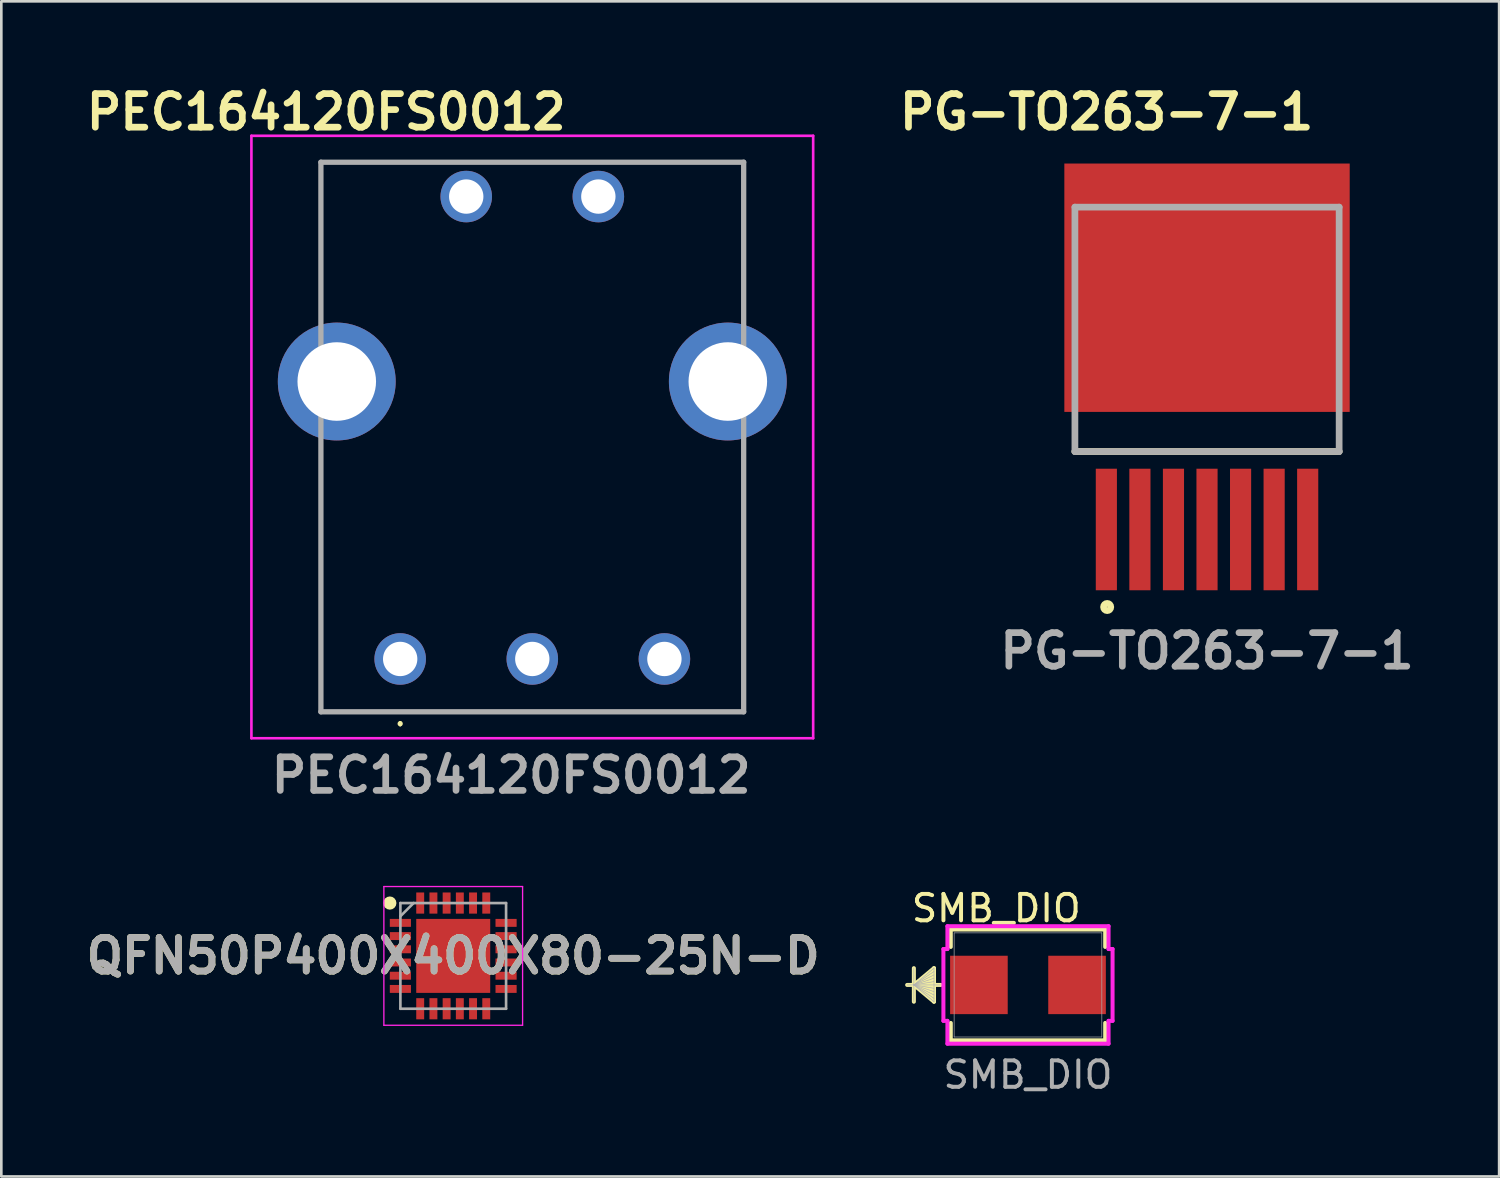
<source format=kicad_pcb>
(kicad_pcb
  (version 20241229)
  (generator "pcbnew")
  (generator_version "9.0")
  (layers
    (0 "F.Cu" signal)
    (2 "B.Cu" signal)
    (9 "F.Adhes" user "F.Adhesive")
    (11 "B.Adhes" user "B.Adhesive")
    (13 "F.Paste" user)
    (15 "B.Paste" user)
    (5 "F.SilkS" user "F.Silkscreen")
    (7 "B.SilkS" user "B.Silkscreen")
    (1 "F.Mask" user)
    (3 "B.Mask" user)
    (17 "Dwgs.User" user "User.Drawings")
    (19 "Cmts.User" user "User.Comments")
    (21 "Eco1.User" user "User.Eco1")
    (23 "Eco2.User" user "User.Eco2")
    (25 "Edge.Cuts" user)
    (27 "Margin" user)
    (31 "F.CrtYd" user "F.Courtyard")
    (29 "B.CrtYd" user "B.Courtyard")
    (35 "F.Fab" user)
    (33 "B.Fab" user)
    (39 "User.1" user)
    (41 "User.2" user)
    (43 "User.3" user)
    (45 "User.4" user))
  (footprint "QFN50P400X400X80-25N-D"
    (layer "F.Cu")
    (at 14.103 33.127)
    (property "Reference" "QFN50P400X400X80-25N-D" (at 0 0 0) (layer "F.SilkS") (effects (font (size 1.27 1.27) (thickness 0.254))))
    (attr smd)
    (fp_circle (center -2.4 -2) (end -2.4 -1.875) (stroke (width 0.25) (type solid)) (fill no) (layer "F.SilkS"))
    (fp_line (start -2.625 -2.625) (end 2.625 -2.625) (stroke (width 0.05) (type solid)) (layer "F.CrtYd"))
    (fp_line (start -2.625 2.625) (end -2.625 -2.625) (stroke (width 0.05) (type solid)) (layer "F.CrtYd"))
    (fp_line (start 2.625 -2.625) (end 2.625 2.625) (stroke (width 0.05) (type solid)) (layer "F.CrtYd"))
    (fp_line (start 2.625 2.625) (end -2.625 2.625) (stroke (width 0.05) (type solid)) (layer "F.CrtYd"))
    (fp_line (start -2 -2) (end 2 -2) (stroke (width 0.1) (type solid)) (layer "F.Fab"))
    (fp_line (start -2 -1.5) (end -1.5 -2) (stroke (width 0.1) (type solid)) (layer "F.Fab"))
    (fp_line (start -2 2) (end -2 -2) (stroke (width 0.1) (type solid)) (layer "F.Fab"))
    (fp_line (start 2 -2) (end 2 2) (stroke (width 0.1) (type solid)) (layer "F.Fab"))
    (fp_line (start 2 2) (end -2 2) (stroke (width 0.1) (type solid)) (layer "F.Fab"))
    (fp_text user "${REFERENCE}" (at 0 0 0) (layer "F.Fab") (effects (font (size 1.27 1.27) (thickness 0.254))))
    (pad "1" smd rect (at -2 -1.25 90) (size 0.3 0.8) (layers "F.Cu" "F.Mask" "F.Paste"))
    (pad "2" smd rect (at -2 -0.75 90) (size 0.3 0.8) (layers "F.Cu" "F.Mask" "F.Paste"))
    (pad "3" smd rect (at -2 -0.25 90) (size 0.3 0.8) (layers "F.Cu" "F.Mask" "F.Paste"))
    (pad "4" smd rect (at -2 0.25 90) (size 0.3 0.8) (layers "F.Cu" "F.Mask" "F.Paste"))
    (pad "5" smd rect (at -2 0.75 90) (size 0.3 0.8) (layers "F.Cu" "F.Mask" "F.Paste"))
    (pad "6" smd rect (at -2 1.25 90) (size 0.3 0.8) (layers "F.Cu" "F.Mask" "F.Paste"))
    (pad "7" smd rect (at -1.25 2) (size 0.3 0.8) (layers "F.Cu" "F.Mask" "F.Paste"))
    (pad "8" smd rect (at -0.75 2) (size 0.3 0.8) (layers "F.Cu" "F.Mask" "F.Paste"))
    (pad "9" smd rect (at -0.25 2) (size 0.3 0.8) (layers "F.Cu" "F.Mask" "F.Paste"))
    (pad "10" smd rect (at 0.25 2) (size 0.3 0.8) (layers "F.Cu" "F.Mask" "F.Paste"))
    (pad "11" smd rect (at 0.75 2) (size 0.3 0.8) (layers "F.Cu" "F.Mask" "F.Paste"))
    (pad "12" smd rect (at 1.25 2) (size 0.3 0.8) (layers "F.Cu" "F.Mask" "F.Paste"))
    (pad "13" smd rect (at 2 1.25 90) (size 0.3 0.8) (layers "F.Cu" "F.Mask" "F.Paste"))
    (pad "14" smd rect (at 2 0.75 90) (size 0.3 0.8) (layers "F.Cu" "F.Mask" "F.Paste"))
    (pad "15" smd rect (at 2 0.25 90) (size 0.3 0.8) (layers "F.Cu" "F.Mask" "F.Paste"))
    (pad "16" smd rect (at 2 -0.25 90) (size 0.3 0.8) (layers "F.Cu" "F.Mask" "F.Paste"))
    (pad "17" smd rect (at 2 -0.75 90) (size 0.3 0.8) (layers "F.Cu" "F.Mask" "F.Paste"))
    (pad "18" smd rect (at 2 -1.25 90) (size 0.3 0.8) (layers "F.Cu" "F.Mask" "F.Paste"))
    (pad "19" smd rect (at 1.25 -2) (size 0.3 0.8) (layers "F.Cu" "F.Mask" "F.Paste"))
    (pad "20" smd rect (at 0.75 -2) (size 0.3 0.8) (layers "F.Cu" "F.Mask" "F.Paste"))
    (pad "21" smd rect (at 0.25 -2) (size 0.3 0.8) (layers "F.Cu" "F.Mask" "F.Paste"))
    (pad "22" smd rect (at -0.25 -2) (size 0.3 0.8) (layers "F.Cu" "F.Mask" "F.Paste"))
    (pad "23" smd rect (at -0.75 -2) (size 0.3 0.8) (layers "F.Cu" "F.Mask" "F.Paste"))
    (pad "24" smd rect (at -1.25 -2) (size 0.3 0.8) (layers "F.Cu" "F.Mask" "F.Paste"))
    (pad "25" smd rect (at 0 0) (size 2.8 2.8) (layers "F.Cu" "F.Mask" "F.Paste")))
  (footprint "PEC164120FS0012"
    (layer "F.Cu")
    (at 12.095 21.889)
    (property "Reference" "PEC164120FS0012" (at -2.8 -20.7 0) (layer "F.SilkS") (effects (font (size 1.27 1.27) (thickness 0.254))))
    (attr through_hole)
    (fp_line (start -3 -18.8) (end -3 -13.5) (stroke (width 0.1) (type solid)) (layer "F.SilkS"))
    (fp_line (start -3 -7.5) (end -3 2) (stroke (width 0.1) (type solid)) (layer "F.SilkS"))
    (fp_line (start -3 2) (end 13 2) (stroke (width 0.1) (type solid)) (layer "F.SilkS"))
    (fp_line (start 0 2.4) (end 0 2.4) (stroke (width 0.1) (type solid)) (layer "F.SilkS"))
    (fp_line (start 0 2.5) (end 0 2.5) (stroke (width 0.1) (type solid)) (layer "F.SilkS"))
    (fp_line (start 13 -18.8) (end -3 -18.8) (stroke (width 0.1) (type solid)) (layer "F.SilkS"))
    (fp_line (start 13 -13.5) (end 13 -18.8) (stroke (width 0.1) (type solid)) (layer "F.SilkS"))
    (fp_line (start 13 2) (end 13 -7.5) (stroke (width 0.1) (type solid)) (layer "F.SilkS"))
    (fp_arc (start 0 2.4) (mid 0.05 2.45) (end 0 2.5) (stroke (width 0.1) (type solid)) (layer "F.SilkS"))
    (fp_arc (start 0 2.5) (mid -0.05 2.45) (end 0 2.4) (stroke (width 0.1) (type solid)) (layer "F.SilkS"))
    (fp_line (start -5.63 -19.8) (end 15.63 -19.8) (stroke (width 0.1) (type solid)) (layer "F.CrtYd"))
    (fp_line (start -5.63 3) (end -5.63 -19.8) (stroke (width 0.1) (type solid)) (layer "F.CrtYd"))
    (fp_line (start 15.63 -19.8) (end 15.63 3) (stroke (width 0.1) (type solid)) (layer "F.CrtYd"))
    (fp_line (start 15.63 3) (end -5.63 3) (stroke (width 0.1) (type solid)) (layer "F.CrtYd"))
    (fp_line (start -3 -18.8) (end 13 -18.8) (stroke (width 0.2) (type solid)) (layer "F.Fab"))
    (fp_line (start -3 2) (end -3 -18.8) (stroke (width 0.2) (type solid)) (layer "F.Fab"))
    (fp_line (start 13 -18.8) (end 13 2) (stroke (width 0.2) (type solid)) (layer "F.Fab"))
    (fp_line (start 13 2) (end -3 2) (stroke (width 0.2) (type solid)) (layer "F.Fab"))
    (fp_text user "${REFERENCE}" (at 4.2 4.4 0) (layer "F.Fab") (effects (font (size 1.27 1.27) (thickness 0.254))))
    (pad "A1" thru_hole circle (at 0 0) (size 1.95 1.95) (drill 1.3) (layers "*.Cu" "*.Mask"))
    (pad "B1" thru_hole circle (at 5 0) (size 1.95 1.95) (drill 1.3) (layers "*.Cu" "*.Mask"))
    (pad "C1" thru_hole circle (at 10 0) (size 1.95 1.95) (drill 1.3) (layers "*.Cu" "*.Mask"))
    (pad "D1" thru_hole circle (at 2.5 -17.5) (size 1.95 1.95) (drill 1.3) (layers "*.Cu" "*.Mask"))
    (pad "E1" thru_hole circle (at 7.5 -17.5) (size 1.95 1.95) (drill 1.3) (layers "*.Cu" "*.Mask"))
    (pad "MH1" thru_hole circle (at -2.4 -10.5) (size 4.46 4.46) (drill 2.973) (layers "*.Cu" "*.Mask"))
    (pad "MH2" thru_hole circle (at 12.4 -10.5) (size 4.46 4.46) (drill 2.973) (layers "*.Cu" "*.Mask")))
  (footprint "PG-TO263-7-1"
    (layer "F.Cu")
    (at 42.631 4.789)
    (property "Reference" "PG-TO263-7-1" (at -3.8 -3.6 0) (layer "F.SilkS") (effects (font (size 1.27 1.27) (thickness 0.254))))
    (attr smd)
    (fp_line (start -5 9.25) (end 5 9.25) (stroke (width 0.254) (type solid)) (layer "F.SilkS"))
    (fp_circle (center -3.779 15.134) (end -3.779 15.271) (stroke (width 0.254) (type solid)) (fill no) (layer "F.SilkS"))
    (fp_line (start -5 0) (end 5 0) (stroke (width 0.254) (type solid)) (layer "F.Fab"))
    (fp_line (start -5 9.25) (end -5 0) (stroke (width 0.254) (type solid)) (layer "F.Fab"))
    (fp_line (start 5 0) (end 5 9.25) (stroke (width 0.254) (type solid)) (layer "F.Fab"))
    (fp_line (start 5 9.25) (end -5 9.25) (stroke (width 0.254) (type solid)) (layer "F.Fab"))
    (fp_text user "${REFERENCE}" (at 0 16.8 0) (layer "F.Fab") (effects (font (size 1.27 1.27) (thickness 0.254))))
    (pad "1" smd rect (at -3.81 12.2) (size 0.8 4.6) (layers "F.Cu" "F.Mask" "F.Paste"))
    (pad "2" smd rect (at -2.54 12.2) (size 0.8 4.6) (layers "F.Cu" "F.Mask" "F.Paste"))
    (pad "3" smd rect (at -1.27 12.2) (size 0.8 4.6) (layers "F.Cu" "F.Mask" "F.Paste"))
    (pad "4" smd rect (at 0 12.2) (size 0.8 4.6) (layers "F.Cu" "F.Mask" "F.Paste"))
    (pad "5" smd rect (at 1.27 12.2) (size 0.8 4.6) (layers "F.Cu" "F.Mask" "F.Paste"))
    (pad "6" smd rect (at 2.54 12.2) (size 0.8 4.6) (layers "F.Cu" "F.Mask" "F.Paste"))
    (pad "7" smd rect (at 3.81 12.2) (size 0.8 4.6) (layers "F.Cu" "F.Mask" "F.Paste"))
    (pad "8" smd rect (at 0 3.05 90) (size 9.4 10.8) (layers "F.Cu" "F.Mask" "F.Paste")))
  (footprint "SMB_DIO"
    (layer "F.Cu")
    (at 35.855 34.226)
    (property "Reference" "SMB_DIO" (at -1.2 -2.9 0) (unlocked yes) (layer "F.SilkS") (effects (font (size 1 1) (thickness 0.15))))
    (attr smd)
    (fp_line (start -4.319 -0.635) (end -4.319 0.635) (stroke (width 0.152) (type solid)) (layer "F.SilkS"))
    (fp_line (start -4.319 0) (end -3.557 -0.635) (stroke (width 0.152) (type solid)) (layer "F.SilkS"))
    (fp_line (start -4.319 0) (end -3.557 -0.508) (stroke (width 0.152) (type solid)) (layer "F.SilkS"))
    (fp_line (start -4.319 0) (end -3.557 -0.381) (stroke (width 0.152) (type solid)) (layer "F.SilkS"))
    (fp_line (start -4.319 0) (end -3.557 -0.254) (stroke (width 0.152) (type solid)) (layer "F.SilkS"))
    (fp_line (start -4.319 0) (end -3.557 -0.127) (stroke (width 0.152) (type solid)) (layer "F.SilkS"))
    (fp_line (start -4.319 0) (end -3.557 0.127) (stroke (width 0.152) (type solid)) (layer "F.SilkS"))
    (fp_line (start -4.319 0) (end -3.557 0.254) (stroke (width 0.152) (type solid)) (layer "F.SilkS"))
    (fp_line (start -4.319 0) (end -3.557 0.381) (stroke (width 0.152) (type solid)) (layer "F.SilkS"))
    (fp_line (start -4.319 0) (end -3.557 0.508) (stroke (width 0.152) (type solid)) (layer "F.SilkS"))
    (fp_line (start -4.319 0) (end -3.557 0.635) (stroke (width 0.152) (type solid)) (layer "F.SilkS"))
    (fp_line (start -3.557 -0.635) (end -3.557 0.635) (stroke (width 0.152) (type solid)) (layer "F.SilkS"))
    (fp_line (start -3.303 0) (end -4.573 0) (stroke (width 0.152) (type solid)) (layer "F.SilkS"))
    (fp_line (start -2.922 -2.097) (end -2.922 -1.438) (stroke (width 0.152) (type solid)) (layer "F.SilkS"))
    (fp_line (start -2.922 1.438) (end -2.922 2.097) (stroke (width 0.152) (type solid)) (layer "F.SilkS"))
    (fp_line (start -2.922 2.097) (end 2.922 2.097) (stroke (width 0.152) (type solid)) (layer "F.SilkS"))
    (fp_line (start 2.922 -2.097) (end -2.922 -2.097) (stroke (width 0.152) (type solid)) (layer "F.SilkS"))
    (fp_line (start 2.922 -1.438) (end 2.922 -2.097) (stroke (width 0.152) (type solid)) (layer "F.SilkS"))
    (fp_line (start 2.922 2.097) (end 2.922 1.438) (stroke (width 0.152) (type solid)) (layer "F.SilkS"))
    (fp_line (start -3.201 -1.359) (end -3.049 -1.359) (stroke (width 0.152) (type solid)) (layer "F.CrtYd"))
    (fp_line (start -3.201 1.359) (end -3.201 -1.359) (stroke (width 0.152) (type solid)) (layer "F.CrtYd"))
    (fp_line (start -3.049 -2.224) (end 3.049 -2.224) (stroke (width 0.152) (type solid)) (layer "F.CrtYd"))
    (fp_line (start -3.049 -1.359) (end -3.049 -2.224) (stroke (width 0.152) (type solid)) (layer "F.CrtYd"))
    (fp_line (start -3.049 1.359) (end -3.201 1.359) (stroke (width 0.152) (type solid)) (layer "F.CrtYd"))
    (fp_line (start -3.049 2.224) (end -3.049 1.359) (stroke (width 0.152) (type solid)) (layer "F.CrtYd"))
    (fp_line (start 3.049 -2.224) (end 3.049 -1.359) (stroke (width 0.152) (type solid)) (layer "F.CrtYd"))
    (fp_line (start 3.049 -1.359) (end 3.201 -1.359) (stroke (width 0.152) (type solid)) (layer "F.CrtYd"))
    (fp_line (start 3.049 1.359) (end 3.049 2.224) (stroke (width 0.152) (type solid)) (layer "F.CrtYd"))
    (fp_line (start 3.049 2.224) (end -3.049 2.224) (stroke (width 0.152) (type solid)) (layer "F.CrtYd"))
    (fp_line (start 3.201 -1.359) (end 3.201 1.359) (stroke (width 0.152) (type solid)) (layer "F.CrtYd"))
    (fp_line (start 3.201 1.359) (end 3.049 1.359) (stroke (width 0.152) (type solid)) (layer "F.CrtYd"))
    (fp_line (start -4.319 -0.635) (end -4.319 0.635) (stroke (width 0.025) (type solid)) (layer "F.Fab"))
    (fp_line (start -4.319 0) (end -3.557 -0.635) (stroke (width 0.025) (type solid)) (layer "F.Fab"))
    (fp_line (start -4.319 0) (end -3.557 -0.508) (stroke (width 0.025) (type solid)) (layer "F.Fab"))
    (fp_line (start -4.319 0) (end -3.557 -0.381) (stroke (width 0.025) (type solid)) (layer "F.Fab"))
    (fp_line (start -4.319 0) (end -3.557 -0.254) (stroke (width 0.025) (type solid)) (layer "F.Fab"))
    (fp_line (start -4.319 0) (end -3.557 -0.127) (stroke (width 0.025) (type solid)) (layer "F.Fab"))
    (fp_line (start -4.319 0) (end -3.557 0.127) (stroke (width 0.025) (type solid)) (layer "F.Fab"))
    (fp_line (start -4.319 0) (end -3.557 0.254) (stroke (width 0.025) (type solid)) (layer "F.Fab"))
    (fp_line (start -4.319 0) (end -3.557 0.381) (stroke (width 0.025) (type solid)) (layer "F.Fab"))
    (fp_line (start -4.319 0) (end -3.557 0.508) (stroke (width 0.025) (type solid)) (layer "F.Fab"))
    (fp_line (start -4.319 0) (end -3.557 0.635) (stroke (width 0.025) (type solid)) (layer "F.Fab"))
    (fp_line (start -3.557 -0.635) (end -3.557 0.635) (stroke (width 0.025) (type solid)) (layer "F.Fab"))
    (fp_line (start -3.303 0) (end -4.573 0) (stroke (width 0.025) (type solid)) (layer "F.Fab"))
    (fp_line (start -2.795 -1.97) (end -2.795 1.97) (stroke (width 0.025) (type solid)) (layer "F.Fab"))
    (fp_line (start -2.795 1.97) (end 2.795 1.97) (stroke (width 0.025) (type solid)) (layer "F.Fab"))
    (fp_line (start 2.795 -1.97) (end -2.795 -1.97) (stroke (width 0.025) (type solid)) (layer "F.Fab"))
    (fp_line (start 2.795 1.97) (end 2.795 -1.97) (stroke (width 0.025) (type solid)) (layer "F.Fab"))
    (fp_text user "${REFERENCE}" (at 0 3.4 0) (unlocked yes) (layer "F.Fab") (effects (font (size 1 1) (thickness 0.15))))
    (pad "1" smd rect (at -1.857 0 90) (size 2.21 2.18) (layers "F.Cu" "F.Mask" "F.Paste"))
    (pad "2" smd rect (at 1.857 0 90) (size 2.21 2.18) (layers "F.Cu" "F.Mask" "F.Paste"))
    (zone (net_name "") (layer "F.Cu") (hatch full 0.508) (connect_pads) (min_thickness 0.254) (filled_areas_thickness no) (keepout (tracks not_allowed) (vias not_allowed) (pads allowed) (copperpour not_allowed) (footprints allowed)) (placement (enabled no)) (fill) (polygon (pts (xy 33.111 32.306) (xy 38.599 32.306) (xy 38.599 33.07) (xy 33.111 33.07))))
    (zone (net_name "") (layer "F.Cu") (hatch full 0.508) (connect_pads) (min_thickness 0.254) (filled_areas_thickness no) (keepout (tracks not_allowed) (vias not_allowed) (pads allowed) (copperpour not_allowed) (footprints allowed)) (placement (enabled no)) (fill) (polygon (pts (xy 33.111 35.381) (xy 38.599 35.381) (xy 38.599 36.145) (xy 33.111 36.145))))
    (zone (net_name "") (layer "F.Cu") (hatch full 0.508) (connect_pads) (min_thickness 0.254) (filled_areas_thickness no) (keepout (tracks not_allowed) (vias not_allowed) (pads allowed) (copperpour not_allowed) (footprints allowed)) (placement (enabled no)) (fill) (polygon (pts (xy 35.139 33.07) (xy 36.571 33.07) (xy 36.571 35.381) (xy 35.139 35.381)))))
  (gr_rect
    (start -3 -3)
    (end 53.686 41.474)
    (stroke (width 0.1) (type default))
    (fill no)
    (layer "Edge.Cuts")))
</source>
